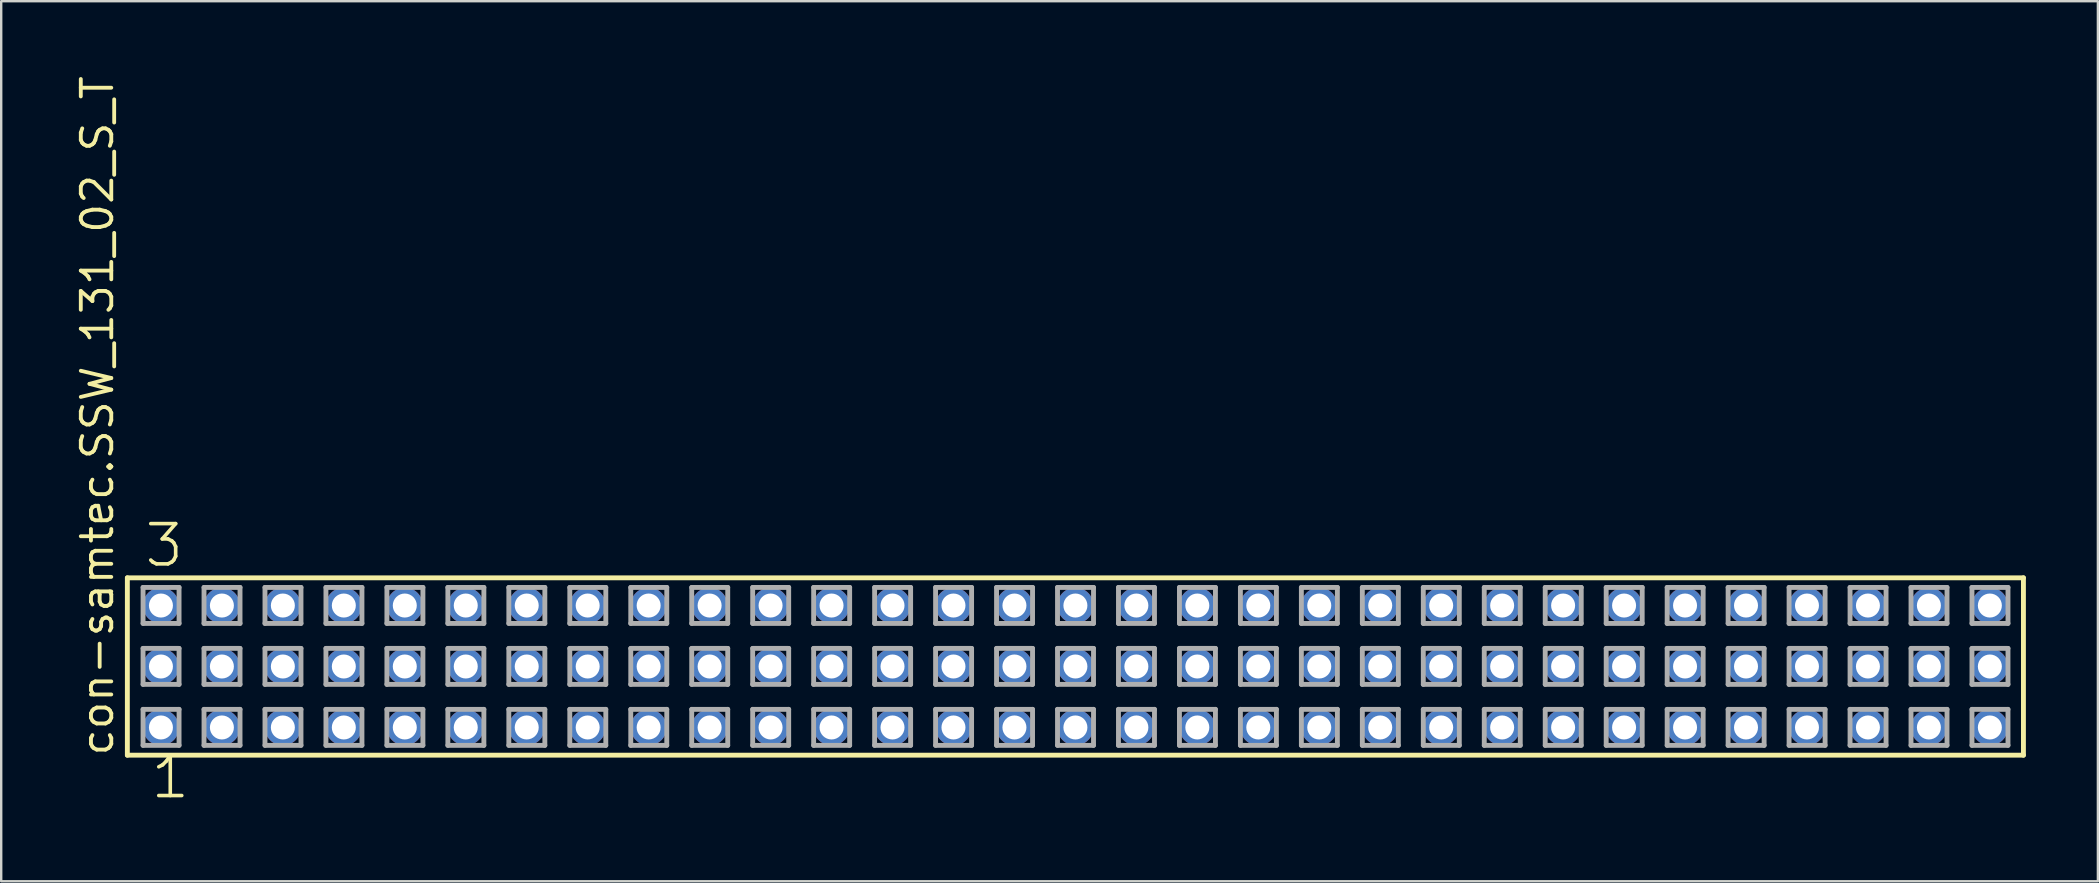
<source format=kicad_pcb>
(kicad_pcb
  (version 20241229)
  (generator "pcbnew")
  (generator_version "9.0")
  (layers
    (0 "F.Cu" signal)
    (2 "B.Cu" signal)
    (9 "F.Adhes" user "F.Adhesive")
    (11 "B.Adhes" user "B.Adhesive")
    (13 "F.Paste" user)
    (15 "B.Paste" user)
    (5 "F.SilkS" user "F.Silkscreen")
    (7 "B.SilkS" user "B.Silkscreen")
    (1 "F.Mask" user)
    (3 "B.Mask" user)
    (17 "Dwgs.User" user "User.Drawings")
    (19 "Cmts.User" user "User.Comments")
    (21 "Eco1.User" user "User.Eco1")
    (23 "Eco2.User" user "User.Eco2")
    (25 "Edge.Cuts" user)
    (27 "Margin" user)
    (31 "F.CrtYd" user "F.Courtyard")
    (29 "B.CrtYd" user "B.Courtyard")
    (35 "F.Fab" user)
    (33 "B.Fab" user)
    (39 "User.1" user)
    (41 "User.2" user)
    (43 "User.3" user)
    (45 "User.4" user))
  (footprint "con-samtec.SSW_131_02_S_T"
    (layer "F.Cu")
    (at 41.755 24.719)
    (property "Reference" "con-samtec.SSW_131_02_S_T" (at -40.005 3.81 90) (layer "F.SilkS") (effects (font (size 1.27 1.27) (thickness 0.16)) (justify left bottom)))
    (attr through_hole)
    (fp_line (start -39.499 -3.695) (end 39.499 -3.695) (stroke (width 0.203) (type default)) (layer "F.SilkS"))
    (fp_line (start -39.499 3.695) (end -39.499 -3.695) (stroke (width 0.203) (type default)) (layer "F.SilkS"))
    (fp_line (start 39.499 -3.695) (end 39.499 3.695) (stroke (width 0.203) (type default)) (layer "F.SilkS"))
    (fp_line (start 39.499 3.695) (end -39.499 3.695) (stroke (width 0.203) (type default)) (layer "F.SilkS"))
    (fp_line (start -38.845 -3.295) (end -37.345 -3.295) (stroke (width 0.203) (type default)) (layer "F.Fab"))
    (fp_line (start -38.845 -1.795) (end -38.845 -3.295) (stroke (width 0.203) (type default)) (layer "F.Fab"))
    (fp_line (start -38.845 -0.755) (end -37.345 -0.755) (stroke (width 0.203) (type default)) (layer "F.Fab"))
    (fp_line (start -38.845 0.745) (end -38.845 -0.755) (stroke (width 0.203) (type default)) (layer "F.Fab"))
    (fp_line (start -38.845 1.785) (end -37.345 1.785) (stroke (width 0.203) (type default)) (layer "F.Fab"))
    (fp_line (start -38.845 3.285) (end -38.845 1.785) (stroke (width 0.203) (type default)) (layer "F.Fab"))
    (fp_line (start -37.345 -3.295) (end -37.345 -1.795) (stroke (width 0.203) (type default)) (layer "F.Fab"))
    (fp_line (start -37.345 -1.795) (end -38.845 -1.795) (stroke (width 0.203) (type default)) (layer "F.Fab"))
    (fp_line (start -37.345 -0.755) (end -37.345 0.745) (stroke (width 0.203) (type default)) (layer "F.Fab"))
    (fp_line (start -37.345 0.745) (end -38.845 0.745) (stroke (width 0.203) (type default)) (layer "F.Fab"))
    (fp_line (start -37.345 1.785) (end -37.345 3.285) (stroke (width 0.203) (type default)) (layer "F.Fab"))
    (fp_line (start -37.345 3.285) (end -38.845 3.285) (stroke (width 0.203) (type default)) (layer "F.Fab"))
    (fp_line (start -36.305 -3.295) (end -34.805 -3.295) (stroke (width 0.203) (type default)) (layer "F.Fab"))
    (fp_line (start -36.305 -1.795) (end -36.305 -3.295) (stroke (width 0.203) (type default)) (layer "F.Fab"))
    (fp_line (start -36.305 -0.755) (end -34.805 -0.755) (stroke (width 0.203) (type default)) (layer "F.Fab"))
    (fp_line (start -36.305 0.745) (end -36.305 -0.755) (stroke (width 0.203) (type default)) (layer "F.Fab"))
    (fp_line (start -36.305 1.785) (end -34.805 1.785) (stroke (width 0.203) (type default)) (layer "F.Fab"))
    (fp_line (start -36.305 3.285) (end -36.305 1.785) (stroke (width 0.203) (type default)) (layer "F.Fab"))
    (fp_line (start -34.805 -3.295) (end -34.805 -1.795) (stroke (width 0.203) (type default)) (layer "F.Fab"))
    (fp_line (start -34.805 -1.795) (end -36.305 -1.795) (stroke (width 0.203) (type default)) (layer "F.Fab"))
    (fp_line (start -34.805 -0.755) (end -34.805 0.745) (stroke (width 0.203) (type default)) (layer "F.Fab"))
    (fp_line (start -34.805 0.745) (end -36.305 0.745) (stroke (width 0.203) (type default)) (layer "F.Fab"))
    (fp_line (start -34.805 1.785) (end -34.805 3.285) (stroke (width 0.203) (type default)) (layer "F.Fab"))
    (fp_line (start -34.805 3.285) (end -36.305 3.285) (stroke (width 0.203) (type default)) (layer "F.Fab"))
    (fp_line (start -33.765 -3.295) (end -32.265 -3.295) (stroke (width 0.203) (type default)) (layer "F.Fab"))
    (fp_line (start -33.765 -1.795) (end -33.765 -3.295) (stroke (width 0.203) (type default)) (layer "F.Fab"))
    (fp_line (start -33.765 -0.755) (end -32.265 -0.755) (stroke (width 0.203) (type default)) (layer "F.Fab"))
    (fp_line (start -33.765 0.745) (end -33.765 -0.755) (stroke (width 0.203) (type default)) (layer "F.Fab"))
    (fp_line (start -33.765 1.785) (end -32.265 1.785) (stroke (width 0.203) (type default)) (layer "F.Fab"))
    (fp_line (start -33.765 3.285) (end -33.765 1.785) (stroke (width 0.203) (type default)) (layer "F.Fab"))
    (fp_line (start -32.265 -3.295) (end -32.265 -1.795) (stroke (width 0.203) (type default)) (layer "F.Fab"))
    (fp_line (start -32.265 -1.795) (end -33.765 -1.795) (stroke (width 0.203) (type default)) (layer "F.Fab"))
    (fp_line (start -32.265 -0.755) (end -32.265 0.745) (stroke (width 0.203) (type default)) (layer "F.Fab"))
    (fp_line (start -32.265 0.745) (end -33.765 0.745) (stroke (width 0.203) (type default)) (layer "F.Fab"))
    (fp_line (start -32.265 1.785) (end -32.265 3.285) (stroke (width 0.203) (type default)) (layer "F.Fab"))
    (fp_line (start -32.265 3.285) (end -33.765 3.285) (stroke (width 0.203) (type default)) (layer "F.Fab"))
    (fp_line (start -31.225 -3.295) (end -29.725 -3.295) (stroke (width 0.203) (type default)) (layer "F.Fab"))
    (fp_line (start -31.225 -1.795) (end -31.225 -3.295) (stroke (width 0.203) (type default)) (layer "F.Fab"))
    (fp_line (start -31.225 -0.755) (end -29.725 -0.755) (stroke (width 0.203) (type default)) (layer "F.Fab"))
    (fp_line (start -31.225 0.745) (end -31.225 -0.755) (stroke (width 0.203) (type default)) (layer "F.Fab"))
    (fp_line (start -31.225 1.785) (end -29.725 1.785) (stroke (width 0.203) (type default)) (layer "F.Fab"))
    (fp_line (start -31.225 3.285) (end -31.225 1.785) (stroke (width 0.203) (type default)) (layer "F.Fab"))
    (fp_line (start -29.725 -3.295) (end -29.725 -1.795) (stroke (width 0.203) (type default)) (layer "F.Fab"))
    (fp_line (start -29.725 -1.795) (end -31.225 -1.795) (stroke (width 0.203) (type default)) (layer "F.Fab"))
    (fp_line (start -29.725 -0.755) (end -29.725 0.745) (stroke (width 0.203) (type default)) (layer "F.Fab"))
    (fp_line (start -29.725 0.745) (end -31.225 0.745) (stroke (width 0.203) (type default)) (layer "F.Fab"))
    (fp_line (start -29.725 1.785) (end -29.725 3.285) (stroke (width 0.203) (type default)) (layer "F.Fab"))
    (fp_line (start -29.725 3.285) (end -31.225 3.285) (stroke (width 0.203) (type default)) (layer "F.Fab"))
    (fp_line (start -28.685 -3.295) (end -27.185 -3.295) (stroke (width 0.203) (type default)) (layer "F.Fab"))
    (fp_line (start -28.685 -1.795) (end -28.685 -3.295) (stroke (width 0.203) (type default)) (layer "F.Fab"))
    (fp_line (start -28.685 -0.755) (end -27.185 -0.755) (stroke (width 0.203) (type default)) (layer "F.Fab"))
    (fp_line (start -28.685 0.745) (end -28.685 -0.755) (stroke (width 0.203) (type default)) (layer "F.Fab"))
    (fp_line (start -28.685 1.785) (end -27.185 1.785) (stroke (width 0.203) (type default)) (layer "F.Fab"))
    (fp_line (start -28.685 3.285) (end -28.685 1.785) (stroke (width 0.203) (type default)) (layer "F.Fab"))
    (fp_line (start -27.185 -3.295) (end -27.185 -1.795) (stroke (width 0.203) (type default)) (layer "F.Fab"))
    (fp_line (start -27.185 -1.795) (end -28.685 -1.795) (stroke (width 0.203) (type default)) (layer "F.Fab"))
    (fp_line (start -27.185 -0.755) (end -27.185 0.745) (stroke (width 0.203) (type default)) (layer "F.Fab"))
    (fp_line (start -27.185 0.745) (end -28.685 0.745) (stroke (width 0.203) (type default)) (layer "F.Fab"))
    (fp_line (start -27.185 1.785) (end -27.185 3.285) (stroke (width 0.203) (type default)) (layer "F.Fab"))
    (fp_line (start -27.185 3.285) (end -28.685 3.285) (stroke (width 0.203) (type default)) (layer "F.Fab"))
    (fp_line (start -26.145 -3.295) (end -24.645 -3.295) (stroke (width 0.203) (type default)) (layer "F.Fab"))
    (fp_line (start -26.145 -1.795) (end -26.145 -3.295) (stroke (width 0.203) (type default)) (layer "F.Fab"))
    (fp_line (start -26.145 -0.755) (end -24.645 -0.755) (stroke (width 0.203) (type default)) (layer "F.Fab"))
    (fp_line (start -26.145 0.745) (end -26.145 -0.755) (stroke (width 0.203) (type default)) (layer "F.Fab"))
    (fp_line (start -26.145 1.785) (end -24.645 1.785) (stroke (width 0.203) (type default)) (layer "F.Fab"))
    (fp_line (start -26.145 3.285) (end -26.145 1.785) (stroke (width 0.203) (type default)) (layer "F.Fab"))
    (fp_line (start -24.645 -3.295) (end -24.645 -1.795) (stroke (width 0.203) (type default)) (layer "F.Fab"))
    (fp_line (start -24.645 -1.795) (end -26.145 -1.795) (stroke (width 0.203) (type default)) (layer "F.Fab"))
    (fp_line (start -24.645 -0.755) (end -24.645 0.745) (stroke (width 0.203) (type default)) (layer "F.Fab"))
    (fp_line (start -24.645 0.745) (end -26.145 0.745) (stroke (width 0.203) (type default)) (layer "F.Fab"))
    (fp_line (start -24.645 1.785) (end -24.645 3.285) (stroke (width 0.203) (type default)) (layer "F.Fab"))
    (fp_line (start -24.645 3.285) (end -26.145 3.285) (stroke (width 0.203) (type default)) (layer "F.Fab"))
    (fp_line (start -23.605 -3.295) (end -22.105 -3.295) (stroke (width 0.203) (type default)) (layer "F.Fab"))
    (fp_line (start -23.605 -1.795) (end -23.605 -3.295) (stroke (width 0.203) (type default)) (layer "F.Fab"))
    (fp_line (start -23.605 -0.755) (end -22.105 -0.755) (stroke (width 0.203) (type default)) (layer "F.Fab"))
    (fp_line (start -23.605 0.745) (end -23.605 -0.755) (stroke (width 0.203) (type default)) (layer "F.Fab"))
    (fp_line (start -23.605 1.785) (end -22.105 1.785) (stroke (width 0.203) (type default)) (layer "F.Fab"))
    (fp_line (start -23.605 3.285) (end -23.605 1.785) (stroke (width 0.203) (type default)) (layer "F.Fab"))
    (fp_line (start -22.105 -3.295) (end -22.105 -1.795) (stroke (width 0.203) (type default)) (layer "F.Fab"))
    (fp_line (start -22.105 -1.795) (end -23.605 -1.795) (stroke (width 0.203) (type default)) (layer "F.Fab"))
    (fp_line (start -22.105 -0.755) (end -22.105 0.745) (stroke (width 0.203) (type default)) (layer "F.Fab"))
    (fp_line (start -22.105 0.745) (end -23.605 0.745) (stroke (width 0.203) (type default)) (layer "F.Fab"))
    (fp_line (start -22.105 1.785) (end -22.105 3.285) (stroke (width 0.203) (type default)) (layer "F.Fab"))
    (fp_line (start -22.105 3.285) (end -23.605 3.285) (stroke (width 0.203) (type default)) (layer "F.Fab"))
    (fp_line (start -21.065 -3.295) (end -19.565 -3.295) (stroke (width 0.203) (type default)) (layer "F.Fab"))
    (fp_line (start -21.065 -1.795) (end -21.065 -3.295) (stroke (width 0.203) (type default)) (layer "F.Fab"))
    (fp_line (start -21.065 -0.755) (end -19.565 -0.755) (stroke (width 0.203) (type default)) (layer "F.Fab"))
    (fp_line (start -21.065 0.745) (end -21.065 -0.755) (stroke (width 0.203) (type default)) (layer "F.Fab"))
    (fp_line (start -21.065 1.785) (end -19.565 1.785) (stroke (width 0.203) (type default)) (layer "F.Fab"))
    (fp_line (start -21.065 3.285) (end -21.065 1.785) (stroke (width 0.203) (type default)) (layer "F.Fab"))
    (fp_line (start -19.565 -3.295) (end -19.565 -1.795) (stroke (width 0.203) (type default)) (layer "F.Fab"))
    (fp_line (start -19.565 -1.795) (end -21.065 -1.795) (stroke (width 0.203) (type default)) (layer "F.Fab"))
    (fp_line (start -19.565 -0.755) (end -19.565 0.745) (stroke (width 0.203) (type default)) (layer "F.Fab"))
    (fp_line (start -19.565 0.745) (end -21.065 0.745) (stroke (width 0.203) (type default)) (layer "F.Fab"))
    (fp_line (start -19.565 1.785) (end -19.565 3.285) (stroke (width 0.203) (type default)) (layer "F.Fab"))
    (fp_line (start -19.565 3.285) (end -21.065 3.285) (stroke (width 0.203) (type default)) (layer "F.Fab"))
    (fp_line (start -18.525 -3.295) (end -17.025 -3.295) (stroke (width 0.203) (type default)) (layer "F.Fab"))
    (fp_line (start -18.525 -1.795) (end -18.525 -3.295) (stroke (width 0.203) (type default)) (layer "F.Fab"))
    (fp_line (start -18.525 -0.755) (end -17.025 -0.755) (stroke (width 0.203) (type default)) (layer "F.Fab"))
    (fp_line (start -18.525 0.745) (end -18.525 -0.755) (stroke (width 0.203) (type default)) (layer "F.Fab"))
    (fp_line (start -18.525 1.785) (end -17.025 1.785) (stroke (width 0.203) (type default)) (layer "F.Fab"))
    (fp_line (start -18.525 3.285) (end -18.525 1.785) (stroke (width 0.203) (type default)) (layer "F.Fab"))
    (fp_line (start -17.025 -3.295) (end -17.025 -1.795) (stroke (width 0.203) (type default)) (layer "F.Fab"))
    (fp_line (start -17.025 -1.795) (end -18.525 -1.795) (stroke (width 0.203) (type default)) (layer "F.Fab"))
    (fp_line (start -17.025 -0.755) (end -17.025 0.745) (stroke (width 0.203) (type default)) (layer "F.Fab"))
    (fp_line (start -17.025 0.745) (end -18.525 0.745) (stroke (width 0.203) (type default)) (layer "F.Fab"))
    (fp_line (start -17.025 1.785) (end -17.025 3.285) (stroke (width 0.203) (type default)) (layer "F.Fab"))
    (fp_line (start -17.025 3.285) (end -18.525 3.285) (stroke (width 0.203) (type default)) (layer "F.Fab"))
    (fp_line (start -15.985 -3.295) (end -14.485 -3.295) (stroke (width 0.203) (type default)) (layer "F.Fab"))
    (fp_line (start -15.985 -1.795) (end -15.985 -3.295) (stroke (width 0.203) (type default)) (layer "F.Fab"))
    (fp_line (start -15.985 -0.755) (end -14.485 -0.755) (stroke (width 0.203) (type default)) (layer "F.Fab"))
    (fp_line (start -15.985 0.745) (end -15.985 -0.755) (stroke (width 0.203) (type default)) (layer "F.Fab"))
    (fp_line (start -15.985 1.785) (end -14.485 1.785) (stroke (width 0.203) (type default)) (layer "F.Fab"))
    (fp_line (start -15.985 3.285) (end -15.985 1.785) (stroke (width 0.203) (type default)) (layer "F.Fab"))
    (fp_line (start -14.485 -3.295) (end -14.485 -1.795) (stroke (width 0.203) (type default)) (layer "F.Fab"))
    (fp_line (start -14.485 -1.795) (end -15.985 -1.795) (stroke (width 0.203) (type default)) (layer "F.Fab"))
    (fp_line (start -14.485 -0.755) (end -14.485 0.745) (stroke (width 0.203) (type default)) (layer "F.Fab"))
    (fp_line (start -14.485 0.745) (end -15.985 0.745) (stroke (width 0.203) (type default)) (layer "F.Fab"))
    (fp_line (start -14.485 1.785) (end -14.485 3.285) (stroke (width 0.203) (type default)) (layer "F.Fab"))
    (fp_line (start -14.485 3.285) (end -15.985 3.285) (stroke (width 0.203) (type default)) (layer "F.Fab"))
    (fp_line (start -13.445 -3.295) (end -11.945 -3.295) (stroke (width 0.203) (type default)) (layer "F.Fab"))
    (fp_line (start -13.445 -1.795) (end -13.445 -3.295) (stroke (width 0.203) (type default)) (layer "F.Fab"))
    (fp_line (start -13.445 -0.755) (end -11.945 -0.755) (stroke (width 0.203) (type default)) (layer "F.Fab"))
    (fp_line (start -13.445 0.745) (end -13.445 -0.755) (stroke (width 0.203) (type default)) (layer "F.Fab"))
    (fp_line (start -13.445 1.785) (end -11.945 1.785) (stroke (width 0.203) (type default)) (layer "F.Fab"))
    (fp_line (start -13.445 3.285) (end -13.445 1.785) (stroke (width 0.203) (type default)) (layer "F.Fab"))
    (fp_line (start -11.945 -3.295) (end -11.945 -1.795) (stroke (width 0.203) (type default)) (layer "F.Fab"))
    (fp_line (start -11.945 -1.795) (end -13.445 -1.795) (stroke (width 0.203) (type default)) (layer "F.Fab"))
    (fp_line (start -11.945 -0.755) (end -11.945 0.745) (stroke (width 0.203) (type default)) (layer "F.Fab"))
    (fp_line (start -11.945 0.745) (end -13.445 0.745) (stroke (width 0.203) (type default)) (layer "F.Fab"))
    (fp_line (start -11.945 1.785) (end -11.945 3.285) (stroke (width 0.203) (type default)) (layer "F.Fab"))
    (fp_line (start -11.945 3.285) (end -13.445 3.285) (stroke (width 0.203) (type default)) (layer "F.Fab"))
    (fp_line (start -10.905 -3.295) (end -9.405 -3.295) (stroke (width 0.203) (type default)) (layer "F.Fab"))
    (fp_line (start -10.905 -1.795) (end -10.905 -3.295) (stroke (width 0.203) (type default)) (layer "F.Fab"))
    (fp_line (start -10.905 -0.755) (end -9.405 -0.755) (stroke (width 0.203) (type default)) (layer "F.Fab"))
    (fp_line (start -10.905 0.745) (end -10.905 -0.755) (stroke (width 0.203) (type default)) (layer "F.Fab"))
    (fp_line (start -10.905 1.785) (end -9.405 1.785) (stroke (width 0.203) (type default)) (layer "F.Fab"))
    (fp_line (start -10.905 3.285) (end -10.905 1.785) (stroke (width 0.203) (type default)) (layer "F.Fab"))
    (fp_line (start -9.405 -3.295) (end -9.405 -1.795) (stroke (width 0.203) (type default)) (layer "F.Fab"))
    (fp_line (start -9.405 -1.795) (end -10.905 -1.795) (stroke (width 0.203) (type default)) (layer "F.Fab"))
    (fp_line (start -9.405 -0.755) (end -9.405 0.745) (stroke (width 0.203) (type default)) (layer "F.Fab"))
    (fp_line (start -9.405 0.745) (end -10.905 0.745) (stroke (width 0.203) (type default)) (layer "F.Fab"))
    (fp_line (start -9.405 1.785) (end -9.405 3.285) (stroke (width 0.203) (type default)) (layer "F.Fab"))
    (fp_line (start -9.405 3.285) (end -10.905 3.285) (stroke (width 0.203) (type default)) (layer "F.Fab"))
    (fp_line (start -8.365 -3.295) (end -6.865 -3.295) (stroke (width 0.203) (type default)) (layer "F.Fab"))
    (fp_line (start -8.365 -1.795) (end -8.365 -3.295) (stroke (width 0.203) (type default)) (layer "F.Fab"))
    (fp_line (start -8.365 -0.755) (end -6.865 -0.755) (stroke (width 0.203) (type default)) (layer "F.Fab"))
    (fp_line (start -8.365 0.745) (end -8.365 -0.755) (stroke (width 0.203) (type default)) (layer "F.Fab"))
    (fp_line (start -8.365 1.785) (end -6.865 1.785) (stroke (width 0.203) (type default)) (layer "F.Fab"))
    (fp_line (start -8.365 3.285) (end -8.365 1.785) (stroke (width 0.203) (type default)) (layer "F.Fab"))
    (fp_line (start -6.865 -3.295) (end -6.865 -1.795) (stroke (width 0.203) (type default)) (layer "F.Fab"))
    (fp_line (start -6.865 -1.795) (end -8.365 -1.795) (stroke (width 0.203) (type default)) (layer "F.Fab"))
    (fp_line (start -6.865 -0.755) (end -6.865 0.745) (stroke (width 0.203) (type default)) (layer "F.Fab"))
    (fp_line (start -6.865 0.745) (end -8.365 0.745) (stroke (width 0.203) (type default)) (layer "F.Fab"))
    (fp_line (start -6.865 1.785) (end -6.865 3.285) (stroke (width 0.203) (type default)) (layer "F.Fab"))
    (fp_line (start -6.865 3.285) (end -8.365 3.285) (stroke (width 0.203) (type default)) (layer "F.Fab"))
    (fp_line (start -5.825 -3.295) (end -4.325 -3.295) (stroke (width 0.203) (type default)) (layer "F.Fab"))
    (fp_line (start -5.825 -1.795) (end -5.825 -3.295) (stroke (width 0.203) (type default)) (layer "F.Fab"))
    (fp_line (start -5.825 -0.755) (end -4.325 -0.755) (stroke (width 0.203) (type default)) (layer "F.Fab"))
    (fp_line (start -5.825 0.745) (end -5.825 -0.755) (stroke (width 0.203) (type default)) (layer "F.Fab"))
    (fp_line (start -5.825 1.785) (end -4.325 1.785) (stroke (width 0.203) (type default)) (layer "F.Fab"))
    (fp_line (start -5.825 3.285) (end -5.825 1.785) (stroke (width 0.203) (type default)) (layer "F.Fab"))
    (fp_line (start -4.325 -3.295) (end -4.325 -1.795) (stroke (width 0.203) (type default)) (layer "F.Fab"))
    (fp_line (start -4.325 -1.795) (end -5.825 -1.795) (stroke (width 0.203) (type default)) (layer "F.Fab"))
    (fp_line (start -4.325 -0.755) (end -4.325 0.745) (stroke (width 0.203) (type default)) (layer "F.Fab"))
    (fp_line (start -4.325 0.745) (end -5.825 0.745) (stroke (width 0.203) (type default)) (layer "F.Fab"))
    (fp_line (start -4.325 1.785) (end -4.325 3.285) (stroke (width 0.203) (type default)) (layer "F.Fab"))
    (fp_line (start -4.325 3.285) (end -5.825 3.285) (stroke (width 0.203) (type default)) (layer "F.Fab"))
    (fp_line (start -3.285 -3.295) (end -1.785 -3.295) (stroke (width 0.203) (type default)) (layer "F.Fab"))
    (fp_line (start -3.285 -1.795) (end -3.285 -3.295) (stroke (width 0.203) (type default)) (layer "F.Fab"))
    (fp_line (start -3.285 -0.755) (end -1.785 -0.755) (stroke (width 0.203) (type default)) (layer "F.Fab"))
    (fp_line (start -3.285 0.745) (end -3.285 -0.755) (stroke (width 0.203) (type default)) (layer "F.Fab"))
    (fp_line (start -3.285 1.785) (end -1.785 1.785) (stroke (width 0.203) (type default)) (layer "F.Fab"))
    (fp_line (start -3.285 3.285) (end -3.285 1.785) (stroke (width 0.203) (type default)) (layer "F.Fab"))
    (fp_line (start -1.785 -3.295) (end -1.785 -1.795) (stroke (width 0.203) (type default)) (layer "F.Fab"))
    (fp_line (start -1.785 -1.795) (end -3.285 -1.795) (stroke (width 0.203) (type default)) (layer "F.Fab"))
    (fp_line (start -1.785 -0.755) (end -1.785 0.745) (stroke (width 0.203) (type default)) (layer "F.Fab"))
    (fp_line (start -1.785 0.745) (end -3.285 0.745) (stroke (width 0.203) (type default)) (layer "F.Fab"))
    (fp_line (start -1.785 1.785) (end -1.785 3.285) (stroke (width 0.203) (type default)) (layer "F.Fab"))
    (fp_line (start -1.785 3.285) (end -3.285 3.285) (stroke (width 0.203) (type default)) (layer "F.Fab"))
    (fp_line (start -0.745 -3.295) (end 0.755 -3.295) (stroke (width 0.203) (type default)) (layer "F.Fab"))
    (fp_line (start -0.745 -1.795) (end -0.745 -3.295) (stroke (width 0.203) (type default)) (layer "F.Fab"))
    (fp_line (start -0.745 -0.755) (end 0.755 -0.755) (stroke (width 0.203) (type default)) (layer "F.Fab"))
    (fp_line (start -0.745 0.745) (end -0.745 -0.755) (stroke (width 0.203) (type default)) (layer "F.Fab"))
    (fp_line (start -0.745 1.785) (end 0.755 1.785) (stroke (width 0.203) (type default)) (layer "F.Fab"))
    (fp_line (start -0.745 3.285) (end -0.745 1.785) (stroke (width 0.203) (type default)) (layer "F.Fab"))
    (fp_line (start 0.755 -3.295) (end 0.755 -1.795) (stroke (width 0.203) (type default)) (layer "F.Fab"))
    (fp_line (start 0.755 -1.795) (end -0.745 -1.795) (stroke (width 0.203) (type default)) (layer "F.Fab"))
    (fp_line (start 0.755 -0.755) (end 0.755 0.745) (stroke (width 0.203) (type default)) (layer "F.Fab"))
    (fp_line (start 0.755 0.745) (end -0.745 0.745) (stroke (width 0.203) (type default)) (layer "F.Fab"))
    (fp_line (start 0.755 1.785) (end 0.755 3.285) (stroke (width 0.203) (type default)) (layer "F.Fab"))
    (fp_line (start 0.755 3.285) (end -0.745 3.285) (stroke (width 0.203) (type default)) (layer "F.Fab"))
    (fp_line (start 1.795 -3.295) (end 3.295 -3.295) (stroke (width 0.203) (type default)) (layer "F.Fab"))
    (fp_line (start 1.795 -1.795) (end 1.795 -3.295) (stroke (width 0.203) (type default)) (layer "F.Fab"))
    (fp_line (start 1.795 -0.755) (end 3.295 -0.755) (stroke (width 0.203) (type default)) (layer "F.Fab"))
    (fp_line (start 1.795 0.745) (end 1.795 -0.755) (stroke (width 0.203) (type default)) (layer "F.Fab"))
    (fp_line (start 1.795 1.785) (end 3.295 1.785) (stroke (width 0.203) (type default)) (layer "F.Fab"))
    (fp_line (start 1.795 3.285) (end 1.795 1.785) (stroke (width 0.203) (type default)) (layer "F.Fab"))
    (fp_line (start 3.295 -3.295) (end 3.295 -1.795) (stroke (width 0.203) (type default)) (layer "F.Fab"))
    (fp_line (start 3.295 -1.795) (end 1.795 -1.795) (stroke (width 0.203) (type default)) (layer "F.Fab"))
    (fp_line (start 3.295 -0.755) (end 3.295 0.745) (stroke (width 0.203) (type default)) (layer "F.Fab"))
    (fp_line (start 3.295 0.745) (end 1.795 0.745) (stroke (width 0.203) (type default)) (layer "F.Fab"))
    (fp_line (start 3.295 1.785) (end 3.295 3.285) (stroke (width 0.203) (type default)) (layer "F.Fab"))
    (fp_line (start 3.295 3.285) (end 1.795 3.285) (stroke (width 0.203) (type default)) (layer "F.Fab"))
    (fp_line (start 4.335 -3.295) (end 5.835 -3.295) (stroke (width 0.203) (type default)) (layer "F.Fab"))
    (fp_line (start 4.335 -1.795) (end 4.335 -3.295) (stroke (width 0.203) (type default)) (layer "F.Fab"))
    (fp_line (start 4.335 -0.755) (end 5.835 -0.755) (stroke (width 0.203) (type default)) (layer "F.Fab"))
    (fp_line (start 4.335 0.745) (end 4.335 -0.755) (stroke (width 0.203) (type default)) (layer "F.Fab"))
    (fp_line (start 4.335 1.785) (end 5.835 1.785) (stroke (width 0.203) (type default)) (layer "F.Fab"))
    (fp_line (start 4.335 3.285) (end 4.335 1.785) (stroke (width 0.203) (type default)) (layer "F.Fab"))
    (fp_line (start 5.835 -3.295) (end 5.835 -1.795) (stroke (width 0.203) (type default)) (layer "F.Fab"))
    (fp_line (start 5.835 -1.795) (end 4.335 -1.795) (stroke (width 0.203) (type default)) (layer "F.Fab"))
    (fp_line (start 5.835 -0.755) (end 5.835 0.745) (stroke (width 0.203) (type default)) (layer "F.Fab"))
    (fp_line (start 5.835 0.745) (end 4.335 0.745) (stroke (width 0.203) (type default)) (layer "F.Fab"))
    (fp_line (start 5.835 1.785) (end 5.835 3.285) (stroke (width 0.203) (type default)) (layer "F.Fab"))
    (fp_line (start 5.835 3.285) (end 4.335 3.285) (stroke (width 0.203) (type default)) (layer "F.Fab"))
    (fp_line (start 6.875 -3.295) (end 8.375 -3.295) (stroke (width 0.203) (type default)) (layer "F.Fab"))
    (fp_line (start 6.875 -1.795) (end 6.875 -3.295) (stroke (width 0.203) (type default)) (layer "F.Fab"))
    (fp_line (start 6.875 -0.755) (end 8.375 -0.755) (stroke (width 0.203) (type default)) (layer "F.Fab"))
    (fp_line (start 6.875 0.745) (end 6.875 -0.755) (stroke (width 0.203) (type default)) (layer "F.Fab"))
    (fp_line (start 6.875 1.785) (end 8.375 1.785) (stroke (width 0.203) (type default)) (layer "F.Fab"))
    (fp_line (start 6.875 3.285) (end 6.875 1.785) (stroke (width 0.203) (type default)) (layer "F.Fab"))
    (fp_line (start 8.375 -3.295) (end 8.375 -1.795) (stroke (width 0.203) (type default)) (layer "F.Fab"))
    (fp_line (start 8.375 -1.795) (end 6.875 -1.795) (stroke (width 0.203) (type default)) (layer "F.Fab"))
    (fp_line (start 8.375 -0.755) (end 8.375 0.745) (stroke (width 0.203) (type default)) (layer "F.Fab"))
    (fp_line (start 8.375 0.745) (end 6.875 0.745) (stroke (width 0.203) (type default)) (layer "F.Fab"))
    (fp_line (start 8.375 1.785) (end 8.375 3.285) (stroke (width 0.203) (type default)) (layer "F.Fab"))
    (fp_line (start 8.375 3.285) (end 6.875 3.285) (stroke (width 0.203) (type default)) (layer "F.Fab"))
    (fp_line (start 9.415 -3.295) (end 10.915 -3.295) (stroke (width 0.203) (type default)) (layer "F.Fab"))
    (fp_line (start 9.415 -1.795) (end 9.415 -3.295) (stroke (width 0.203) (type default)) (layer "F.Fab"))
    (fp_line (start 9.415 -0.755) (end 10.915 -0.755) (stroke (width 0.203) (type default)) (layer "F.Fab"))
    (fp_line (start 9.415 0.745) (end 9.415 -0.755) (stroke (width 0.203) (type default)) (layer "F.Fab"))
    (fp_line (start 9.415 1.785) (end 10.915 1.785) (stroke (width 0.203) (type default)) (layer "F.Fab"))
    (fp_line (start 9.415 3.285) (end 9.415 1.785) (stroke (width 0.203) (type default)) (layer "F.Fab"))
    (fp_line (start 10.915 -3.295) (end 10.915 -1.795) (stroke (width 0.203) (type default)) (layer "F.Fab"))
    (fp_line (start 10.915 -1.795) (end 9.415 -1.795) (stroke (width 0.203) (type default)) (layer "F.Fab"))
    (fp_line (start 10.915 -0.755) (end 10.915 0.745) (stroke (width 0.203) (type default)) (layer "F.Fab"))
    (fp_line (start 10.915 0.745) (end 9.415 0.745) (stroke (width 0.203) (type default)) (layer "F.Fab"))
    (fp_line (start 10.915 1.785) (end 10.915 3.285) (stroke (width 0.203) (type default)) (layer "F.Fab"))
    (fp_line (start 10.915 3.285) (end 9.415 3.285) (stroke (width 0.203) (type default)) (layer "F.Fab"))
    (fp_line (start 11.955 -3.295) (end 13.455 -3.295) (stroke (width 0.203) (type default)) (layer "F.Fab"))
    (fp_line (start 11.955 -1.795) (end 11.955 -3.295) (stroke (width 0.203) (type default)) (layer "F.Fab"))
    (fp_line (start 11.955 -0.755) (end 13.455 -0.755) (stroke (width 0.203) (type default)) (layer "F.Fab"))
    (fp_line (start 11.955 0.745) (end 11.955 -0.755) (stroke (width 0.203) (type default)) (layer "F.Fab"))
    (fp_line (start 11.955 1.785) (end 13.455 1.785) (stroke (width 0.203) (type default)) (layer "F.Fab"))
    (fp_line (start 11.955 3.285) (end 11.955 1.785) (stroke (width 0.203) (type default)) (layer "F.Fab"))
    (fp_line (start 13.455 -3.295) (end 13.455 -1.795) (stroke (width 0.203) (type default)) (layer "F.Fab"))
    (fp_line (start 13.455 -1.795) (end 11.955 -1.795) (stroke (width 0.203) (type default)) (layer "F.Fab"))
    (fp_line (start 13.455 -0.755) (end 13.455 0.745) (stroke (width 0.203) (type default)) (layer "F.Fab"))
    (fp_line (start 13.455 0.745) (end 11.955 0.745) (stroke (width 0.203) (type default)) (layer "F.Fab"))
    (fp_line (start 13.455 1.785) (end 13.455 3.285) (stroke (width 0.203) (type default)) (layer "F.Fab"))
    (fp_line (start 13.455 3.285) (end 11.955 3.285) (stroke (width 0.203) (type default)) (layer "F.Fab"))
    (fp_line (start 14.495 -3.295) (end 15.995 -3.295) (stroke (width 0.203) (type default)) (layer "F.Fab"))
    (fp_line (start 14.495 -1.795) (end 14.495 -3.295) (stroke (width 0.203) (type default)) (layer "F.Fab"))
    (fp_line (start 14.495 -0.755) (end 15.995 -0.755) (stroke (width 0.203) (type default)) (layer "F.Fab"))
    (fp_line (start 14.495 0.745) (end 14.495 -0.755) (stroke (width 0.203) (type default)) (layer "F.Fab"))
    (fp_line (start 14.495 1.785) (end 15.995 1.785) (stroke (width 0.203) (type default)) (layer "F.Fab"))
    (fp_line (start 14.495 3.285) (end 14.495 1.785) (stroke (width 0.203) (type default)) (layer "F.Fab"))
    (fp_line (start 15.995 -3.295) (end 15.995 -1.795) (stroke (width 0.203) (type default)) (layer "F.Fab"))
    (fp_line (start 15.995 -1.795) (end 14.495 -1.795) (stroke (width 0.203) (type default)) (layer "F.Fab"))
    (fp_line (start 15.995 -0.755) (end 15.995 0.745) (stroke (width 0.203) (type default)) (layer "F.Fab"))
    (fp_line (start 15.995 0.745) (end 14.495 0.745) (stroke (width 0.203) (type default)) (layer "F.Fab"))
    (fp_line (start 15.995 1.785) (end 15.995 3.285) (stroke (width 0.203) (type default)) (layer "F.Fab"))
    (fp_line (start 15.995 3.285) (end 14.495 3.285) (stroke (width 0.203) (type default)) (layer "F.Fab"))
    (fp_line (start 17.035 -3.295) (end 18.535 -3.295) (stroke (width 0.203) (type default)) (layer "F.Fab"))
    (fp_line (start 17.035 -1.795) (end 17.035 -3.295) (stroke (width 0.203) (type default)) (layer "F.Fab"))
    (fp_line (start 17.035 -0.755) (end 18.535 -0.755) (stroke (width 0.203) (type default)) (layer "F.Fab"))
    (fp_line (start 17.035 0.745) (end 17.035 -0.755) (stroke (width 0.203) (type default)) (layer "F.Fab"))
    (fp_line (start 17.035 1.785) (end 18.535 1.785) (stroke (width 0.203) (type default)) (layer "F.Fab"))
    (fp_line (start 17.035 3.285) (end 17.035 1.785) (stroke (width 0.203) (type default)) (layer "F.Fab"))
    (fp_line (start 18.535 -3.295) (end 18.535 -1.795) (stroke (width 0.203) (type default)) (layer "F.Fab"))
    (fp_line (start 18.535 -1.795) (end 17.035 -1.795) (stroke (width 0.203) (type default)) (layer "F.Fab"))
    (fp_line (start 18.535 -0.755) (end 18.535 0.745) (stroke (width 0.203) (type default)) (layer "F.Fab"))
    (fp_line (start 18.535 0.745) (end 17.035 0.745) (stroke (width 0.203) (type default)) (layer "F.Fab"))
    (fp_line (start 18.535 1.785) (end 18.535 3.285) (stroke (width 0.203) (type default)) (layer "F.Fab"))
    (fp_line (start 18.535 3.285) (end 17.035 3.285) (stroke (width 0.203) (type default)) (layer "F.Fab"))
    (fp_line (start 19.575 -3.295) (end 21.075 -3.295) (stroke (width 0.203) (type default)) (layer "F.Fab"))
    (fp_line (start 19.575 -1.795) (end 19.575 -3.295) (stroke (width 0.203) (type default)) (layer "F.Fab"))
    (fp_line (start 19.575 -0.755) (end 21.075 -0.755) (stroke (width 0.203) (type default)) (layer "F.Fab"))
    (fp_line (start 19.575 0.745) (end 19.575 -0.755) (stroke (width 0.203) (type default)) (layer "F.Fab"))
    (fp_line (start 19.575 1.785) (end 21.075 1.785) (stroke (width 0.203) (type default)) (layer "F.Fab"))
    (fp_line (start 19.575 3.285) (end 19.575 1.785) (stroke (width 0.203) (type default)) (layer "F.Fab"))
    (fp_line (start 21.075 -3.295) (end 21.075 -1.795) (stroke (width 0.203) (type default)) (layer "F.Fab"))
    (fp_line (start 21.075 -1.795) (end 19.575 -1.795) (stroke (width 0.203) (type default)) (layer "F.Fab"))
    (fp_line (start 21.075 -0.755) (end 21.075 0.745) (stroke (width 0.203) (type default)) (layer "F.Fab"))
    (fp_line (start 21.075 0.745) (end 19.575 0.745) (stroke (width 0.203) (type default)) (layer "F.Fab"))
    (fp_line (start 21.075 1.785) (end 21.075 3.285) (stroke (width 0.203) (type default)) (layer "F.Fab"))
    (fp_line (start 21.075 3.285) (end 19.575 3.285) (stroke (width 0.203) (type default)) (layer "F.Fab"))
    (fp_line (start 22.115 -3.295) (end 23.615 -3.295) (stroke (width 0.203) (type default)) (layer "F.Fab"))
    (fp_line (start 22.115 -1.795) (end 22.115 -3.295) (stroke (width 0.203) (type default)) (layer "F.Fab"))
    (fp_line (start 22.115 -0.755) (end 23.615 -0.755) (stroke (width 0.203) (type default)) (layer "F.Fab"))
    (fp_line (start 22.115 0.745) (end 22.115 -0.755) (stroke (width 0.203) (type default)) (layer "F.Fab"))
    (fp_line (start 22.115 1.785) (end 23.615 1.785) (stroke (width 0.203) (type default)) (layer "F.Fab"))
    (fp_line (start 22.115 3.285) (end 22.115 1.785) (stroke (width 0.203) (type default)) (layer "F.Fab"))
    (fp_line (start 23.615 -3.295) (end 23.615 -1.795) (stroke (width 0.203) (type default)) (layer "F.Fab"))
    (fp_line (start 23.615 -1.795) (end 22.115 -1.795) (stroke (width 0.203) (type default)) (layer "F.Fab"))
    (fp_line (start 23.615 -0.755) (end 23.615 0.745) (stroke (width 0.203) (type default)) (layer "F.Fab"))
    (fp_line (start 23.615 0.745) (end 22.115 0.745) (stroke (width 0.203) (type default)) (layer "F.Fab"))
    (fp_line (start 23.615 1.785) (end 23.615 3.285) (stroke (width 0.203) (type default)) (layer "F.Fab"))
    (fp_line (start 23.615 3.285) (end 22.115 3.285) (stroke (width 0.203) (type default)) (layer "F.Fab"))
    (fp_line (start 24.655 -3.295) (end 26.155 -3.295) (stroke (width 0.203) (type default)) (layer "F.Fab"))
    (fp_line (start 24.655 -1.795) (end 24.655 -3.295) (stroke (width 0.203) (type default)) (layer "F.Fab"))
    (fp_line (start 24.655 -0.755) (end 26.155 -0.755) (stroke (width 0.203) (type default)) (layer "F.Fab"))
    (fp_line (start 24.655 0.745) (end 24.655 -0.755) (stroke (width 0.203) (type default)) (layer "F.Fab"))
    (fp_line (start 24.655 1.785) (end 26.155 1.785) (stroke (width 0.203) (type default)) (layer "F.Fab"))
    (fp_line (start 24.655 3.285) (end 24.655 1.785) (stroke (width 0.203) (type default)) (layer "F.Fab"))
    (fp_line (start 26.155 -3.295) (end 26.155 -1.795) (stroke (width 0.203) (type default)) (layer "F.Fab"))
    (fp_line (start 26.155 -1.795) (end 24.655 -1.795) (stroke (width 0.203) (type default)) (layer "F.Fab"))
    (fp_line (start 26.155 -0.755) (end 26.155 0.745) (stroke (width 0.203) (type default)) (layer "F.Fab"))
    (fp_line (start 26.155 0.745) (end 24.655 0.745) (stroke (width 0.203) (type default)) (layer "F.Fab"))
    (fp_line (start 26.155 1.785) (end 26.155 3.285) (stroke (width 0.203) (type default)) (layer "F.Fab"))
    (fp_line (start 26.155 3.285) (end 24.655 3.285) (stroke (width 0.203) (type default)) (layer "F.Fab"))
    (fp_line (start 27.195 -3.295) (end 28.695 -3.295) (stroke (width 0.203) (type default)) (layer "F.Fab"))
    (fp_line (start 27.195 -1.795) (end 27.195 -3.295) (stroke (width 0.203) (type default)) (layer "F.Fab"))
    (fp_line (start 27.195 -0.755) (end 28.695 -0.755) (stroke (width 0.203) (type default)) (layer "F.Fab"))
    (fp_line (start 27.195 0.745) (end 27.195 -0.755) (stroke (width 0.203) (type default)) (layer "F.Fab"))
    (fp_line (start 27.195 1.785) (end 28.695 1.785) (stroke (width 0.203) (type default)) (layer "F.Fab"))
    (fp_line (start 27.195 3.285) (end 27.195 1.785) (stroke (width 0.203) (type default)) (layer "F.Fab"))
    (fp_line (start 28.695 -3.295) (end 28.695 -1.795) (stroke (width 0.203) (type default)) (layer "F.Fab"))
    (fp_line (start 28.695 -1.795) (end 27.195 -1.795) (stroke (width 0.203) (type default)) (layer "F.Fab"))
    (fp_line (start 28.695 -0.755) (end 28.695 0.745) (stroke (width 0.203) (type default)) (layer "F.Fab"))
    (fp_line (start 28.695 0.745) (end 27.195 0.745) (stroke (width 0.203) (type default)) (layer "F.Fab"))
    (fp_line (start 28.695 1.785) (end 28.695 3.285) (stroke (width 0.203) (type default)) (layer "F.Fab"))
    (fp_line (start 28.695 3.285) (end 27.195 3.285) (stroke (width 0.203) (type default)) (layer "F.Fab"))
    (fp_line (start 29.735 -3.295) (end 31.235 -3.295) (stroke (width 0.203) (type default)) (layer "F.Fab"))
    (fp_line (start 29.735 -1.795) (end 29.735 -3.295) (stroke (width 0.203) (type default)) (layer "F.Fab"))
    (fp_line (start 29.735 -0.755) (end 31.235 -0.755) (stroke (width 0.203) (type default)) (layer "F.Fab"))
    (fp_line (start 29.735 0.745) (end 29.735 -0.755) (stroke (width 0.203) (type default)) (layer "F.Fab"))
    (fp_line (start 29.735 1.785) (end 31.235 1.785) (stroke (width 0.203) (type default)) (layer "F.Fab"))
    (fp_line (start 29.735 3.285) (end 29.735 1.785) (stroke (width 0.203) (type default)) (layer "F.Fab"))
    (fp_line (start 31.235 -3.295) (end 31.235 -1.795) (stroke (width 0.203) (type default)) (layer "F.Fab"))
    (fp_line (start 31.235 -1.795) (end 29.735 -1.795) (stroke (width 0.203) (type default)) (layer "F.Fab"))
    (fp_line (start 31.235 -0.755) (end 31.235 0.745) (stroke (width 0.203) (type default)) (layer "F.Fab"))
    (fp_line (start 31.235 0.745) (end 29.735 0.745) (stroke (width 0.203) (type default)) (layer "F.Fab"))
    (fp_line (start 31.235 1.785) (end 31.235 3.285) (stroke (width 0.203) (type default)) (layer "F.Fab"))
    (fp_line (start 31.235 3.285) (end 29.735 3.285) (stroke (width 0.203) (type default)) (layer "F.Fab"))
    (fp_line (start 32.275 -3.295) (end 33.775 -3.295) (stroke (width 0.203) (type default)) (layer "F.Fab"))
    (fp_line (start 32.275 -1.795) (end 32.275 -3.295) (stroke (width 0.203) (type default)) (layer "F.Fab"))
    (fp_line (start 32.275 -0.755) (end 33.775 -0.755) (stroke (width 0.203) (type default)) (layer "F.Fab"))
    (fp_line (start 32.275 0.745) (end 32.275 -0.755) (stroke (width 0.203) (type default)) (layer "F.Fab"))
    (fp_line (start 32.275 1.785) (end 33.775 1.785) (stroke (width 0.203) (type default)) (layer "F.Fab"))
    (fp_line (start 32.275 3.285) (end 32.275 1.785) (stroke (width 0.203) (type default)) (layer "F.Fab"))
    (fp_line (start 33.775 -3.295) (end 33.775 -1.795) (stroke (width 0.203) (type default)) (layer "F.Fab"))
    (fp_line (start 33.775 -1.795) (end 32.275 -1.795) (stroke (width 0.203) (type default)) (layer "F.Fab"))
    (fp_line (start 33.775 -0.755) (end 33.775 0.745) (stroke (width 0.203) (type default)) (layer "F.Fab"))
    (fp_line (start 33.775 0.745) (end 32.275 0.745) (stroke (width 0.203) (type default)) (layer "F.Fab"))
    (fp_line (start 33.775 1.785) (end 33.775 3.285) (stroke (width 0.203) (type default)) (layer "F.Fab"))
    (fp_line (start 33.775 3.285) (end 32.275 3.285) (stroke (width 0.203) (type default)) (layer "F.Fab"))
    (fp_line (start 34.815 -3.295) (end 36.315 -3.295) (stroke (width 0.203) (type default)) (layer "F.Fab"))
    (fp_line (start 34.815 -1.795) (end 34.815 -3.295) (stroke (width 0.203) (type default)) (layer "F.Fab"))
    (fp_line (start 34.815 -0.755) (end 36.315 -0.755) (stroke (width 0.203) (type default)) (layer "F.Fab"))
    (fp_line (start 34.815 0.745) (end 34.815 -0.755) (stroke (width 0.203) (type default)) (layer "F.Fab"))
    (fp_line (start 34.815 1.785) (end 36.315 1.785) (stroke (width 0.203) (type default)) (layer "F.Fab"))
    (fp_line (start 34.815 3.285) (end 34.815 1.785) (stroke (width 0.203) (type default)) (layer "F.Fab"))
    (fp_line (start 36.315 -3.295) (end 36.315 -1.795) (stroke (width 0.203) (type default)) (layer "F.Fab"))
    (fp_line (start 36.315 -1.795) (end 34.815 -1.795) (stroke (width 0.203) (type default)) (layer "F.Fab"))
    (fp_line (start 36.315 -0.755) (end 36.315 0.745) (stroke (width 0.203) (type default)) (layer "F.Fab"))
    (fp_line (start 36.315 0.745) (end 34.815 0.745) (stroke (width 0.203) (type default)) (layer "F.Fab"))
    (fp_line (start 36.315 1.785) (end 36.315 3.285) (stroke (width 0.203) (type default)) (layer "F.Fab"))
    (fp_line (start 36.315 3.285) (end 34.815 3.285) (stroke (width 0.203) (type default)) (layer "F.Fab"))
    (fp_line (start 37.355 -3.295) (end 38.855 -3.295) (stroke (width 0.203) (type default)) (layer "F.Fab"))
    (fp_line (start 37.355 -1.795) (end 37.355 -3.295) (stroke (width 0.203) (type default)) (layer "F.Fab"))
    (fp_line (start 37.355 -0.755) (end 38.855 -0.755) (stroke (width 0.203) (type default)) (layer "F.Fab"))
    (fp_line (start 37.355 0.745) (end 37.355 -0.755) (stroke (width 0.203) (type default)) (layer "F.Fab"))
    (fp_line (start 37.355 1.785) (end 38.855 1.785) (stroke (width 0.203) (type default)) (layer "F.Fab"))
    (fp_line (start 37.355 3.285) (end 37.355 1.785) (stroke (width 0.203) (type default)) (layer "F.Fab"))
    (fp_line (start 38.855 -3.295) (end 38.855 -1.795) (stroke (width 0.203) (type default)) (layer "F.Fab"))
    (fp_line (start 38.855 -1.795) (end 37.355 -1.795) (stroke (width 0.203) (type default)) (layer "F.Fab"))
    (fp_line (start 38.855 -0.755) (end 38.855 0.745) (stroke (width 0.203) (type default)) (layer "F.Fab"))
    (fp_line (start 38.855 0.745) (end 37.355 0.745) (stroke (width 0.203) (type default)) (layer "F.Fab"))
    (fp_line (start 38.855 1.785) (end 38.855 3.285) (stroke (width 0.203) (type default)) (layer "F.Fab"))
    (fp_line (start 38.855 3.285) (end 37.355 3.285) (stroke (width 0.203) (type default)) (layer "F.Fab"))
    (fp_text user "3" (at -38.862 -4.064 0) (layer "F.SilkS") (effects (font (size 1.676 1.676) (thickness 0.15)) (justify left bottom)))
    (fp_text user "1" (at -38.608 5.588 0) (layer "F.SilkS") (effects (font (size 1.676 1.676) (thickness 0.15)) (justify left bottom)))
    (pad "1" thru_hole circle (at -38.1 2.54) (size 1.5 1.5) (drill 1) (layers "*.Cu" "*.Mask"))
    (pad "2" thru_hole circle (at -38.1 0) (size 1.5 1.5) (drill 1) (layers "*.Cu" "*.Mask"))
    (pad "3" thru_hole circle (at -38.1 -2.54) (size 1.5 1.5) (drill 1) (layers "*.Cu" "*.Mask"))
    (pad "4" thru_hole circle (at -35.56 2.54) (size 1.5 1.5) (drill 1) (layers "*.Cu" "*.Mask"))
    (pad "5" thru_hole circle (at -35.56 0) (size 1.5 1.5) (drill 1) (layers "*.Cu" "*.Mask"))
    (pad "6" thru_hole circle (at -35.56 -2.54) (size 1.5 1.5) (drill 1) (layers "*.Cu" "*.Mask"))
    (pad "7" thru_hole circle (at -33.02 2.54) (size 1.5 1.5) (drill 1) (layers "*.Cu" "*.Mask"))
    (pad "8" thru_hole circle (at -33.02 0) (size 1.5 1.5) (drill 1) (layers "*.Cu" "*.Mask"))
    (pad "9" thru_hole circle (at -33.02 -2.54) (size 1.5 1.5) (drill 1) (layers "*.Cu" "*.Mask"))
    (pad "10" thru_hole circle (at -30.48 2.54) (size 1.5 1.5) (drill 1) (layers "*.Cu" "*.Mask"))
    (pad "11" thru_hole circle (at -30.48 0) (size 1.5 1.5) (drill 1) (layers "*.Cu" "*.Mask"))
    (pad "12" thru_hole circle (at -30.48 -2.54) (size 1.5 1.5) (drill 1) (layers "*.Cu" "*.Mask"))
    (pad "13" thru_hole circle (at -27.94 2.54) (size 1.5 1.5) (drill 1) (layers "*.Cu" "*.Mask"))
    (pad "14" thru_hole circle (at -27.94 0) (size 1.5 1.5) (drill 1) (layers "*.Cu" "*.Mask"))
    (pad "15" thru_hole circle (at -27.94 -2.54) (size 1.5 1.5) (drill 1) (layers "*.Cu" "*.Mask"))
    (pad "16" thru_hole circle (at -25.4 2.54) (size 1.5 1.5) (drill 1) (layers "*.Cu" "*.Mask"))
    (pad "17" thru_hole circle (at -25.4 0) (size 1.5 1.5) (drill 1) (layers "*.Cu" "*.Mask"))
    (pad "18" thru_hole circle (at -25.4 -2.54) (size 1.5 1.5) (drill 1) (layers "*.Cu" "*.Mask"))
    (pad "19" thru_hole circle (at -22.86 2.54) (size 1.5 1.5) (drill 1) (layers "*.Cu" "*.Mask"))
    (pad "20" thru_hole circle (at -22.86 0) (size 1.5 1.5) (drill 1) (layers "*.Cu" "*.Mask"))
    (pad "21" thru_hole circle (at -22.86 -2.54) (size 1.5 1.5) (drill 1) (layers "*.Cu" "*.Mask"))
    (pad "22" thru_hole circle (at -20.32 2.54) (size 1.5 1.5) (drill 1) (layers "*.Cu" "*.Mask"))
    (pad "23" thru_hole circle (at -20.32 0) (size 1.5 1.5) (drill 1) (layers "*.Cu" "*.Mask"))
    (pad "24" thru_hole circle (at -20.32 -2.54) (size 1.5 1.5) (drill 1) (layers "*.Cu" "*.Mask"))
    (pad "25" thru_hole circle (at -17.78 2.54) (size 1.5 1.5) (drill 1) (layers "*.Cu" "*.Mask"))
    (pad "26" thru_hole circle (at -17.78 0) (size 1.5 1.5) (drill 1) (layers "*.Cu" "*.Mask"))
    (pad "27" thru_hole circle (at -17.78 -2.54) (size 1.5 1.5) (drill 1) (layers "*.Cu" "*.Mask"))
    (pad "28" thru_hole circle (at -15.24 2.54) (size 1.5 1.5) (drill 1) (layers "*.Cu" "*.Mask"))
    (pad "29" thru_hole circle (at -15.24 0) (size 1.5 1.5) (drill 1) (layers "*.Cu" "*.Mask"))
    (pad "30" thru_hole circle (at -15.24 -2.54) (size 1.5 1.5) (drill 1) (layers "*.Cu" "*.Mask"))
    (pad "31" thru_hole circle (at -12.7 2.54) (size 1.5 1.5) (drill 1) (layers "*.Cu" "*.Mask"))
    (pad "32" thru_hole circle (at -12.7 0) (size 1.5 1.5) (drill 1) (layers "*.Cu" "*.Mask"))
    (pad "33" thru_hole circle (at -12.7 -2.54) (size 1.5 1.5) (drill 1) (layers "*.Cu" "*.Mask"))
    (pad "34" thru_hole circle (at -10.16 2.54) (size 1.5 1.5) (drill 1) (layers "*.Cu" "*.Mask"))
    (pad "35" thru_hole circle (at -10.16 0) (size 1.5 1.5) (drill 1) (layers "*.Cu" "*.Mask"))
    (pad "36" thru_hole circle (at -10.16 -2.54) (size 1.5 1.5) (drill 1) (layers "*.Cu" "*.Mask"))
    (pad "37" thru_hole circle (at -7.62 2.54) (size 1.5 1.5) (drill 1) (layers "*.Cu" "*.Mask"))
    (pad "38" thru_hole circle (at -7.62 0) (size 1.5 1.5) (drill 1) (layers "*.Cu" "*.Mask"))
    (pad "39" thru_hole circle (at -7.62 -2.54) (size 1.5 1.5) (drill 1) (layers "*.Cu" "*.Mask"))
    (pad "40" thru_hole circle (at -5.08 2.54) (size 1.5 1.5) (drill 1) (layers "*.Cu" "*.Mask"))
    (pad "41" thru_hole circle (at -5.08 0) (size 1.5 1.5) (drill 1) (layers "*.Cu" "*.Mask"))
    (pad "42" thru_hole circle (at -5.08 -2.54) (size 1.5 1.5) (drill 1) (layers "*.Cu" "*.Mask"))
    (pad "43" thru_hole circle (at -2.54 2.54) (size 1.5 1.5) (drill 1) (layers "*.Cu" "*.Mask"))
    (pad "44" thru_hole circle (at -2.54 0) (size 1.5 1.5) (drill 1) (layers "*.Cu" "*.Mask"))
    (pad "45" thru_hole circle (at -2.54 -2.54) (size 1.5 1.5) (drill 1) (layers "*.Cu" "*.Mask"))
    (pad "46" thru_hole circle (at 0 2.54) (size 1.5 1.5) (drill 1) (layers "*.Cu" "*.Mask"))
    (pad "47" thru_hole circle (at 0 0) (size 1.5 1.5) (drill 1) (layers "*.Cu" "*.Mask"))
    (pad "48" thru_hole circle (at 0 -2.54) (size 1.5 1.5) (drill 1) (layers "*.Cu" "*.Mask"))
    (pad "49" thru_hole circle (at 2.54 2.54) (size 1.5 1.5) (drill 1) (layers "*.Cu" "*.Mask"))
    (pad "50" thru_hole circle (at 2.54 0) (size 1.5 1.5) (drill 1) (layers "*.Cu" "*.Mask"))
    (pad "51" thru_hole circle (at 2.54 -2.54) (size 1.5 1.5) (drill 1) (layers "*.Cu" "*.Mask"))
    (pad "52" thru_hole circle (at 5.08 2.54) (size 1.5 1.5) (drill 1) (layers "*.Cu" "*.Mask"))
    (pad "53" thru_hole circle (at 5.08 0) (size 1.5 1.5) (drill 1) (layers "*.Cu" "*.Mask"))
    (pad "54" thru_hole circle (at 5.08 -2.54) (size 1.5 1.5) (drill 1) (layers "*.Cu" "*.Mask"))
    (pad "55" thru_hole circle (at 7.62 2.54) (size 1.5 1.5) (drill 1) (layers "*.Cu" "*.Mask"))
    (pad "56" thru_hole circle (at 7.62 0) (size 1.5 1.5) (drill 1) (layers "*.Cu" "*.Mask"))
    (pad "57" thru_hole circle (at 7.62 -2.54) (size 1.5 1.5) (drill 1) (layers "*.Cu" "*.Mask"))
    (pad "58" thru_hole circle (at 10.16 2.54) (size 1.5 1.5) (drill 1) (layers "*.Cu" "*.Mask"))
    (pad "59" thru_hole circle (at 10.16 0) (size 1.5 1.5) (drill 1) (layers "*.Cu" "*.Mask"))
    (pad "60" thru_hole circle (at 10.16 -2.54) (size 1.5 1.5) (drill 1) (layers "*.Cu" "*.Mask"))
    (pad "61" thru_hole circle (at 12.7 2.54) (size 1.5 1.5) (drill 1) (layers "*.Cu" "*.Mask"))
    (pad "62" thru_hole circle (at 12.7 0) (size 1.5 1.5) (drill 1) (layers "*.Cu" "*.Mask"))
    (pad "63" thru_hole circle (at 12.7 -2.54) (size 1.5 1.5) (drill 1) (layers "*.Cu" "*.Mask"))
    (pad "64" thru_hole circle (at 15.24 2.54) (size 1.5 1.5) (drill 1) (layers "*.Cu" "*.Mask"))
    (pad "65" thru_hole circle (at 15.24 0) (size 1.5 1.5) (drill 1) (layers "*.Cu" "*.Mask"))
    (pad "66" thru_hole circle (at 15.24 -2.54) (size 1.5 1.5) (drill 1) (layers "*.Cu" "*.Mask"))
    (pad "67" thru_hole circle (at 17.78 2.54) (size 1.5 1.5) (drill 1) (layers "*.Cu" "*.Mask"))
    (pad "68" thru_hole circle (at 17.78 0) (size 1.5 1.5) (drill 1) (layers "*.Cu" "*.Mask"))
    (pad "69" thru_hole circle (at 17.78 -2.54) (size 1.5 1.5) (drill 1) (layers "*.Cu" "*.Mask"))
    (pad "70" thru_hole circle (at 20.32 2.54) (size 1.5 1.5) (drill 1) (layers "*.Cu" "*.Mask"))
    (pad "71" thru_hole circle (at 20.32 0) (size 1.5 1.5) (drill 1) (layers "*.Cu" "*.Mask"))
    (pad "72" thru_hole circle (at 20.32 -2.54) (size 1.5 1.5) (drill 1) (layers "*.Cu" "*.Mask"))
    (pad "73" thru_hole circle (at 22.86 2.54) (size 1.5 1.5) (drill 1) (layers "*.Cu" "*.Mask"))
    (pad "74" thru_hole circle (at 22.86 0) (size 1.5 1.5) (drill 1) (layers "*.Cu" "*.Mask"))
    (pad "75" thru_hole circle (at 22.86 -2.54) (size 1.5 1.5) (drill 1) (layers "*.Cu" "*.Mask"))
    (pad "76" thru_hole circle (at 25.4 2.54) (size 1.5 1.5) (drill 1) (layers "*.Cu" "*.Mask"))
    (pad "77" thru_hole circle (at 25.4 0) (size 1.5 1.5) (drill 1) (layers "*.Cu" "*.Mask"))
    (pad "78" thru_hole circle (at 25.4 -2.54) (size 1.5 1.5) (drill 1) (layers "*.Cu" "*.Mask"))
    (pad "79" thru_hole circle (at 27.94 2.54) (size 1.5 1.5) (drill 1) (layers "*.Cu" "*.Mask"))
    (pad "80" thru_hole circle (at 27.94 0) (size 1.5 1.5) (drill 1) (layers "*.Cu" "*.Mask"))
    (pad "81" thru_hole circle (at 27.94 -2.54) (size 1.5 1.5) (drill 1) (layers "*.Cu" "*.Mask"))
    (pad "82" thru_hole circle (at 30.48 2.54) (size 1.5 1.5) (drill 1) (layers "*.Cu" "*.Mask"))
    (pad "83" thru_hole circle (at 30.48 0) (size 1.5 1.5) (drill 1) (layers "*.Cu" "*.Mask"))
    (pad "84" thru_hole circle (at 30.48 -2.54) (size 1.5 1.5) (drill 1) (layers "*.Cu" "*.Mask"))
    (pad "85" thru_hole circle (at 33.02 2.54) (size 1.5 1.5) (drill 1) (layers "*.Cu" "*.Mask"))
    (pad "86" thru_hole circle (at 33.02 0) (size 1.5 1.5) (drill 1) (layers "*.Cu" "*.Mask"))
    (pad "87" thru_hole circle (at 33.02 -2.54) (size 1.5 1.5) (drill 1) (layers "*.Cu" "*.Mask"))
    (pad "88" thru_hole circle (at 35.56 2.54) (size 1.5 1.5) (drill 1) (layers "*.Cu" "*.Mask"))
    (pad "89" thru_hole circle (at 35.56 0) (size 1.5 1.5) (drill 1) (layers "*.Cu" "*.Mask"))
    (pad "90" thru_hole circle (at 35.56 -2.54) (size 1.5 1.5) (drill 1) (layers "*.Cu" "*.Mask"))
    (pad "91" thru_hole circle (at 38.1 2.54) (size 1.5 1.5) (drill 1) (layers "*.Cu" "*.Mask"))
    (pad "92" thru_hole circle (at 38.1 0) (size 1.5 1.5) (drill 1) (layers "*.Cu" "*.Mask"))
    (pad "93" thru_hole circle (at 38.1 -2.54) (size 1.5 1.5) (drill 1) (layers "*.Cu" "*.Mask")))
  (gr_rect
    (start -3 -3)
    (end 84.356 33.668)
    (stroke (width 0.1) (type default))
    (fill no)
    (layer "Edge.Cuts")))
</source>
